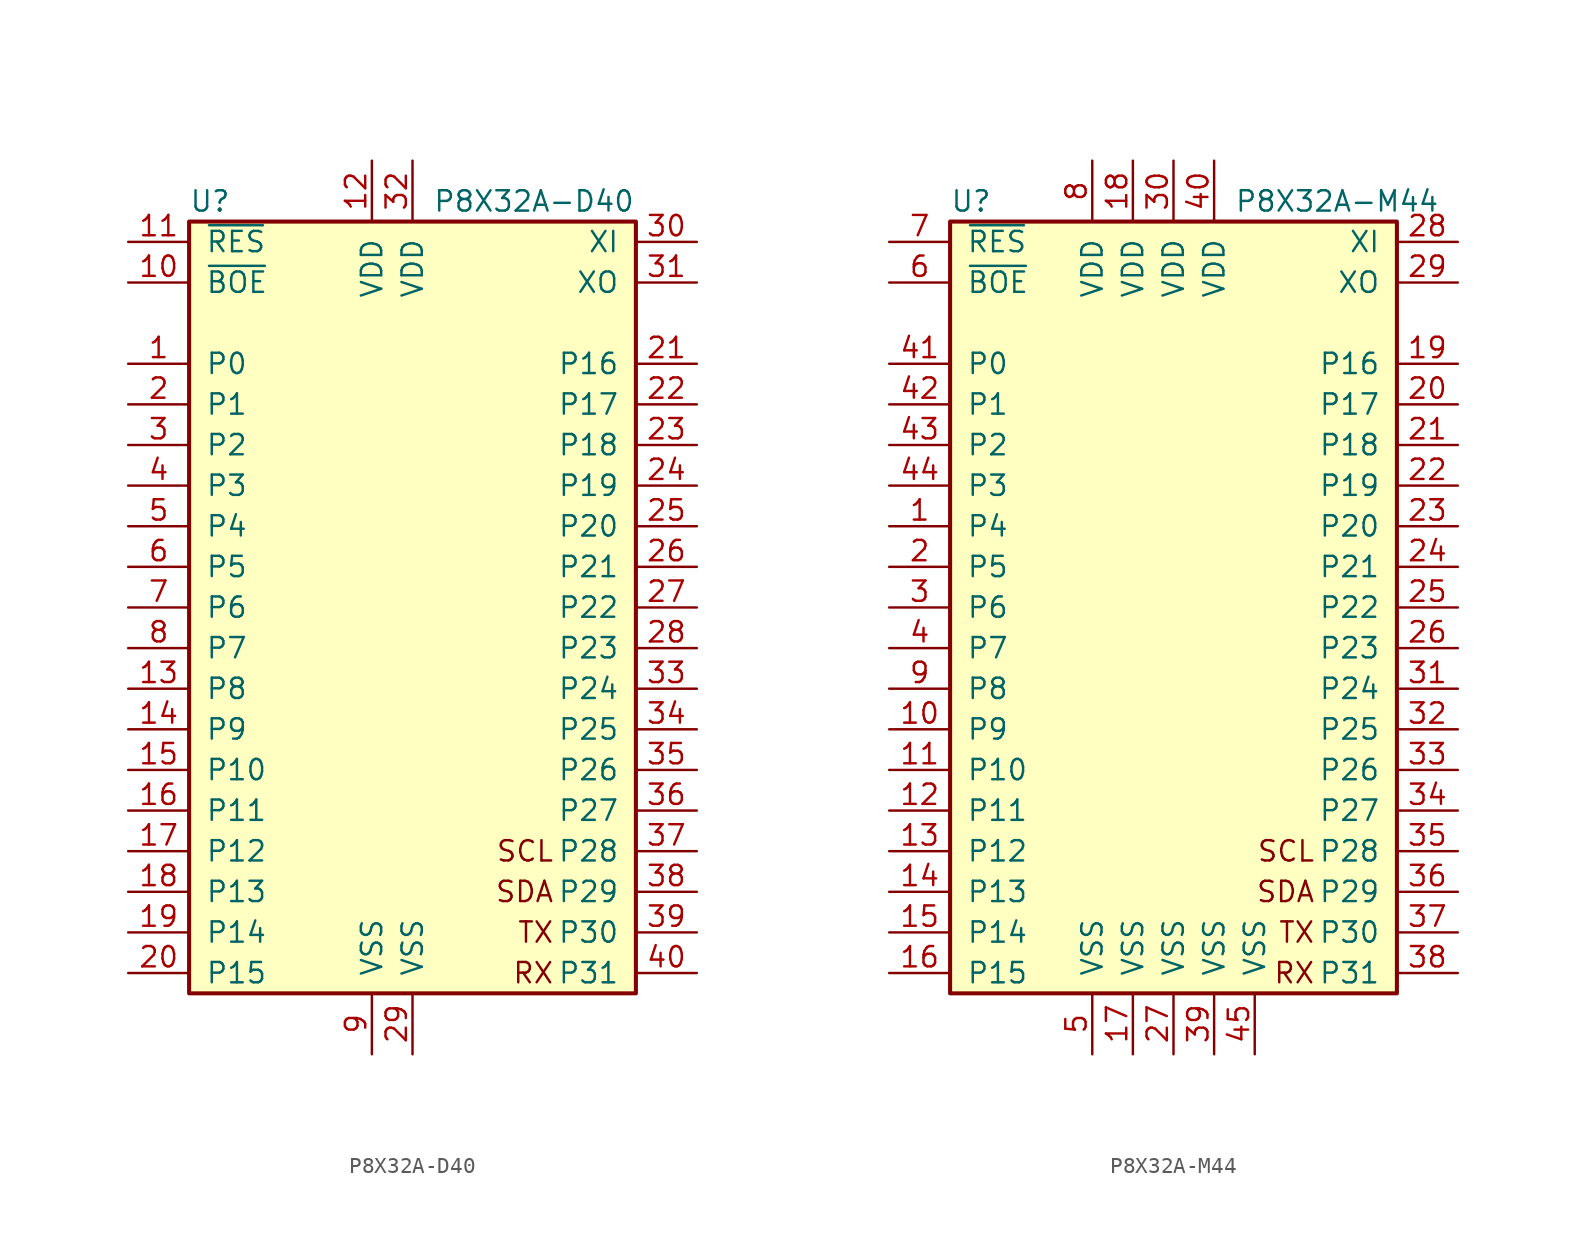
<source format=kicad_sym>
(kicad_symbol_lib
  (version 20241209)
  (generator "kicad_symbol_editor")
  (generator_version "9.0")
  (symbol "P8X32A-D40"
    (pin_names
      (offset 1.016))
    (property "Reference" "U"
      (at -13.97 25.4 0)
      (effects (font (size 1.27 1.27)) (justify left)))
    (property "Value" "P8X32A-D40"
      (at 1.27 25.4 0)
      (effects (font (size 1.27 1.27)) (justify left)))
    (symbol "P8X32A-D40_0_1"
      (rectangle (start -13.97 24.13) (end 13.97 -24.13) (stroke (width 0.254) (type default)) (fill (type background)))
      (text "SCL" (at 8.89 -15.24 0) (effects (font (size 1.27 1.27)) (justify right)))
      (text "SDA" (at 8.89 -17.78 0) (effects (font (size 1.27 1.27)) (justify right)))
      (text "TX" (at 8.89 -20.32 0) (effects (font (size 1.27 1.27)) (justify right)))
      (text "RX" (at 8.89 -22.86 0) (effects (font (size 1.27 1.27)) (justify right)))
      (pin bidirectional line (at -17.78 22.86 0) (length 3.81) (name "~{RES}" (effects (font (size 1.27 1.27)))) (number "11" (effects (font (size 1.27 1.27)))))
      (pin input line (at -17.78 20.32 0) (length 3.81) (name "~{BOE}" (effects (font (size 1.27 1.27)))) (number "10" (effects (font (size 1.27 1.27)))))
      (pin bidirectional line (at -17.78 15.24 0) (length 3.81) (name "P0" (effects (font (size 1.27 1.27)))) (number "1" (effects (font (size 1.27 1.27)))))
      (pin bidirectional line (at -17.78 12.7 0) (length 3.81) (name "P1" (effects (font (size 1.27 1.27)))) (number "2" (effects (font (size 1.27 1.27)))))
      (pin bidirectional line (at -17.78 10.16 0) (length 3.81) (name "P2" (effects (font (size 1.27 1.27)))) (number "3" (effects (font (size 1.27 1.27)))))
      (pin bidirectional line (at -17.78 7.62 0) (length 3.81) (name "P3" (effects (font (size 1.27 1.27)))) (number "4" (effects (font (size 1.27 1.27)))))
      (pin bidirectional line (at -17.78 5.08 0) (length 3.81) (name "P4" (effects (font (size 1.27 1.27)))) (number "5" (effects (font (size 1.27 1.27)))))
      (pin bidirectional line (at -17.78 2.54 0) (length 3.81) (name "P5" (effects (font (size 1.27 1.27)))) (number "6" (effects (font (size 1.27 1.27)))))
      (pin bidirectional line (at -17.78 0 0) (length 3.81) (name "P6" (effects (font (size 1.27 1.27)))) (number "7" (effects (font (size 1.27 1.27)))))
      (pin bidirectional line (at -17.78 -2.54 0) (length 3.81) (name "P7" (effects (font (size 1.27 1.27)))) (number "8" (effects (font (size 1.27 1.27)))))
      (pin bidirectional line (at -17.78 -5.08 0) (length 3.81) (name "P8" (effects (font (size 1.27 1.27)))) (number "13" (effects (font (size 1.27 1.27)))))
      (pin bidirectional line (at -17.78 -7.62 0) (length 3.81) (name "P9" (effects (font (size 1.27 1.27)))) (number "14" (effects (font (size 1.27 1.27)))))
      (pin bidirectional line (at -17.78 -10.16 0) (length 3.81) (name "P10" (effects (font (size 1.27 1.27)))) (number "15" (effects (font (size 1.27 1.27)))))
      (pin bidirectional line (at -17.78 -12.7 0) (length 3.81) (name "P11" (effects (font (size 1.27 1.27)))) (number "16" (effects (font (size 1.27 1.27)))))
      (pin bidirectional line (at -17.78 -15.24 0) (length 3.81) (name "P12" (effects (font (size 1.27 1.27)))) (number "17" (effects (font (size 1.27 1.27)))))
      (pin bidirectional line (at -17.78 -17.78 0) (length 3.81) (name "P13" (effects (font (size 1.27 1.27)))) (number "18" (effects (font (size 1.27 1.27)))))
      (pin bidirectional line (at -17.78 -20.32 0) (length 3.81) (name "P14" (effects (font (size 1.27 1.27)))) (number "19" (effects (font (size 1.27 1.27)))))
      (pin bidirectional line (at -17.78 -22.86 0) (length 3.81) (name "P15" (effects (font (size 1.27 1.27)))) (number "20" (effects (font (size 1.27 1.27)))))
      (pin power_in line (at -2.54 27.94 270) (length 3.81) (name "VDD" (effects (font (size 1.27 1.27)))) (number "12" (effects (font (size 1.27 1.27)))))
      (pin power_in line (at -2.54 -27.94 90) (length 3.81) (name "VSS" (effects (font (size 1.27 1.27)))) (number "9" (effects (font (size 1.27 1.27)))))
      (pin power_in line (at 0 27.94 270) (length 3.81) (name "VDD" (effects (font (size 1.27 1.27)))) (number "32" (effects (font (size 1.27 1.27)))))
      (pin power_in line (at 0 -27.94 90) (length 3.81) (name "VSS" (effects (font (size 1.27 1.27)))) (number "29" (effects (font (size 1.27 1.27)))))
      (pin input line (at 17.78 22.86 180) (length 3.81) (name "XI" (effects (font (size 1.27 1.27)))) (number "30" (effects (font (size 1.27 1.27)))))
      (pin output line (at 17.78 20.32 180) (length 3.81) (name "XO" (effects (font (size 1.27 1.27)))) (number "31" (effects (font (size 1.27 1.27)))))
      (pin bidirectional line (at 17.78 15.24 180) (length 3.81) (name "P16" (effects (font (size 1.27 1.27)))) (number "21" (effects (font (size 1.27 1.27)))))
      (pin bidirectional line (at 17.78 12.7 180) (length 3.81) (name "P17" (effects (font (size 1.27 1.27)))) (number "22" (effects (font (size 1.27 1.27)))))
      (pin bidirectional line (at 17.78 10.16 180) (length 3.81) (name "P18" (effects (font (size 1.27 1.27)))) (number "23" (effects (font (size 1.27 1.27)))))
      (pin bidirectional line (at 17.78 7.62 180) (length 3.81) (name "P19" (effects (font (size 1.27 1.27)))) (number "24" (effects (font (size 1.27 1.27)))))
      (pin bidirectional line (at 17.78 5.08 180) (length 3.81) (name "P20" (effects (font (size 1.27 1.27)))) (number "25" (effects (font (size 1.27 1.27)))))
      (pin bidirectional line (at 17.78 2.54 180) (length 3.81) (name "P21" (effects (font (size 1.27 1.27)))) (number "26" (effects (font (size 1.27 1.27)))))
      (pin bidirectional line (at 17.78 0 180) (length 3.81) (name "P22" (effects (font (size 1.27 1.27)))) (number "27" (effects (font (size 1.27 1.27)))))
      (pin bidirectional line (at 17.78 -2.54 180) (length 3.81) (name "P23" (effects (font (size 1.27 1.27)))) (number "28" (effects (font (size 1.27 1.27)))))
      (pin bidirectional line (at 17.78 -5.08 180) (length 3.81) (name "P24" (effects (font (size 1.27 1.27)))) (number "33" (effects (font (size 1.27 1.27)))))
      (pin bidirectional line (at 17.78 -7.62 180) (length 3.81) (name "P25" (effects (font (size 1.27 1.27)))) (number "34" (effects (font (size 1.27 1.27)))))
      (pin bidirectional line (at 17.78 -10.16 180) (length 3.81) (name "P26" (effects (font (size 1.27 1.27)))) (number "35" (effects (font (size 1.27 1.27)))))
      (pin bidirectional line (at 17.78 -12.7 180) (length 3.81) (name "P27" (effects (font (size 1.27 1.27)))) (number "36" (effects (font (size 1.27 1.27)))))
      (pin bidirectional line (at 17.78 -15.24 180) (length 3.81) (name "P28" (effects (font (size 1.27 1.27)))) (number "37" (effects (font (size 1.27 1.27)))))
      (pin bidirectional line (at 17.78 -17.78 180) (length 3.81) (name "P29" (effects (font (size 1.27 1.27)))) (number "38" (effects (font (size 1.27 1.27)))))
      (pin bidirectional line (at 17.78 -20.32 180) (length 3.81) (name "P30" (effects (font (size 1.27 1.27)))) (number "39" (effects (font (size 1.27 1.27)))))
      (pin bidirectional line (at 17.78 -22.86 180) (length 3.81) (name "P31" (effects (font (size 1.27 1.27)))) (number "40" (effects (font (size 1.27 1.27)))))))
  (symbol "P8X32A-M44"
    (pin_names
      (offset 1.016))
    (property "Reference" "U"
      (at -13.97 25.4 0)
      (effects (font (size 1.27 1.27)) (justify left)))
    (property "Value" "P8X32A-M44"
      (at 3.81 25.4 0)
      (effects (font (size 1.27 1.27)) (justify left)))
    (symbol "P8X32A-M44_0_1"
      (rectangle (start -13.97 24.13) (end 13.97 -24.13) (stroke (width 0.254) (type default)) (fill (type background)))
      (text "SCL" (at 8.89 -15.24 0) (effects (font (size 1.27 1.27)) (justify right)))
      (text "SDA" (at 8.89 -17.78 0) (effects (font (size 1.27 1.27)) (justify right)))
      (text "TX" (at 8.89 -20.32 0) (effects (font (size 1.27 1.27)) (justify right)))
      (text "RX" (at 8.89 -22.86 0) (effects (font (size 1.27 1.27)) (justify right)))
      (pin bidirectional line (at -17.78 22.86 0) (length 3.81) (name "~{RES}" (effects (font (size 1.27 1.27)))) (number "7" (effects (font (size 1.27 1.27)))))
      (pin input line (at -17.78 20.32 0) (length 3.81) (name "~{BOE}" (effects (font (size 1.27 1.27)))) (number "6" (effects (font (size 1.27 1.27)))))
      (pin bidirectional line (at -17.78 15.24 0) (length 3.81) (name "P0" (effects (font (size 1.27 1.27)))) (number "41" (effects (font (size 1.27 1.27)))))
      (pin bidirectional line (at -17.78 12.7 0) (length 3.81) (name "P1" (effects (font (size 1.27 1.27)))) (number "42" (effects (font (size 1.27 1.27)))))
      (pin bidirectional line (at -17.78 10.16 0) (length 3.81) (name "P2" (effects (font (size 1.27 1.27)))) (number "43" (effects (font (size 1.27 1.27)))))
      (pin bidirectional line (at -17.78 7.62 0) (length 3.81) (name "P3" (effects (font (size 1.27 1.27)))) (number "44" (effects (font (size 1.27 1.27)))))
      (pin bidirectional line (at -17.78 5.08 0) (length 3.81) (name "P4" (effects (font (size 1.27 1.27)))) (number "1" (effects (font (size 1.27 1.27)))))
      (pin bidirectional line (at -17.78 2.54 0) (length 3.81) (name "P5" (effects (font (size 1.27 1.27)))) (number "2" (effects (font (size 1.27 1.27)))))
      (pin bidirectional line (at -17.78 0 0) (length 3.81) (name "P6" (effects (font (size 1.27 1.27)))) (number "3" (effects (font (size 1.27 1.27)))))
      (pin bidirectional line (at -17.78 -2.54 0) (length 3.81) (name "P7" (effects (font (size 1.27 1.27)))) (number "4" (effects (font (size 1.27 1.27)))))
      (pin bidirectional line (at -17.78 -5.08 0) (length 3.81) (name "P8" (effects (font (size 1.27 1.27)))) (number "9" (effects (font (size 1.27 1.27)))))
      (pin bidirectional line (at -17.78 -7.62 0) (length 3.81) (name "P9" (effects (font (size 1.27 1.27)))) (number "10" (effects (font (size 1.27 1.27)))))
      (pin bidirectional line (at -17.78 -10.16 0) (length 3.81) (name "P10" (effects (font (size 1.27 1.27)))) (number "11" (effects (font (size 1.27 1.27)))))
      (pin bidirectional line (at -17.78 -12.7 0) (length 3.81) (name "P11" (effects (font (size 1.27 1.27)))) (number "12" (effects (font (size 1.27 1.27)))))
      (pin bidirectional line (at -17.78 -15.24 0) (length 3.81) (name "P12" (effects (font (size 1.27 1.27)))) (number "13" (effects (font (size 1.27 1.27)))))
      (pin bidirectional line (at -17.78 -17.78 0) (length 3.81) (name "P13" (effects (font (size 1.27 1.27)))) (number "14" (effects (font (size 1.27 1.27)))))
      (pin bidirectional line (at -17.78 -20.32 0) (length 3.81) (name "P14" (effects (font (size 1.27 1.27)))) (number "15" (effects (font (size 1.27 1.27)))))
      (pin bidirectional line (at -17.78 -22.86 0) (length 3.81) (name "P15" (effects (font (size 1.27 1.27)))) (number "16" (effects (font (size 1.27 1.27)))))
      (pin power_in line (at -5.08 27.94 270) (length 3.81) (name "VDD" (effects (font (size 1.27 1.27)))) (number "8" (effects (font (size 1.27 1.27)))))
      (pin power_in line (at -5.08 -27.94 90) (length 3.81) (name "VSS" (effects (font (size 1.27 1.27)))) (number "5" (effects (font (size 1.27 1.27)))))
      (pin power_in line (at -2.54 27.94 270) (length 3.81) (name "VDD" (effects (font (size 1.27 1.27)))) (number "18" (effects (font (size 1.27 1.27)))))
      (pin power_in line (at -2.54 -27.94 90) (length 3.81) (name "VSS" (effects (font (size 1.27 1.27)))) (number "17" (effects (font (size 1.27 1.27)))))
      (pin power_in line (at 0 27.94 270) (length 3.81) (name "VDD" (effects (font (size 1.27 1.27)))) (number "30" (effects (font (size 1.27 1.27)))))
      (pin power_in line (at 0 -27.94 90) (length 3.81) (name "VSS" (effects (font (size 1.27 1.27)))) (number "27" (effects (font (size 1.27 1.27)))))
      (pin power_in line (at 2.54 27.94 270) (length 3.81) (name "VDD" (effects (font (size 1.27 1.27)))) (number "40" (effects (font (size 1.27 1.27)))))
      (pin power_in line (at 2.54 -27.94 90) (length 3.81) (name "VSS" (effects (font (size 1.27 1.27)))) (number "39" (effects (font (size 1.27 1.27)))))
      (pin power_in line (at 5.08 -27.94 90) (length 3.81) (name "VSS" (effects (font (size 1.27 1.27)))) (number "45" (effects (font (size 1.27 1.27)))))
      (pin input line (at 17.78 22.86 180) (length 3.81) (name "XI" (effects (font (size 1.27 1.27)))) (number "28" (effects (font (size 1.27 1.27)))))
      (pin output line (at 17.78 20.32 180) (length 3.81) (name "XO" (effects (font (size 1.27 1.27)))) (number "29" (effects (font (size 1.27 1.27)))))
      (pin bidirectional line (at 17.78 15.24 180) (length 3.81) (name "P16" (effects (font (size 1.27 1.27)))) (number "19" (effects (font (size 1.27 1.27)))))
      (pin bidirectional line (at 17.78 12.7 180) (length 3.81) (name "P17" (effects (font (size 1.27 1.27)))) (number "20" (effects (font (size 1.27 1.27)))))
      (pin bidirectional line (at 17.78 10.16 180) (length 3.81) (name "P18" (effects (font (size 1.27 1.27)))) (number "21" (effects (font (size 1.27 1.27)))))
      (pin bidirectional line (at 17.78 7.62 180) (length 3.81) (name "P19" (effects (font (size 1.27 1.27)))) (number "22" (effects (font (size 1.27 1.27)))))
      (pin bidirectional line (at 17.78 5.08 180) (length 3.81) (name "P20" (effects (font (size 1.27 1.27)))) (number "23" (effects (font (size 1.27 1.27)))))
      (pin bidirectional line (at 17.78 2.54 180) (length 3.81) (name "P21" (effects (font (size 1.27 1.27)))) (number "24" (effects (font (size 1.27 1.27)))))
      (pin bidirectional line (at 17.78 0 180) (length 3.81) (name "P22" (effects (font (size 1.27 1.27)))) (number "25" (effects (font (size 1.27 1.27)))))
      (pin bidirectional line (at 17.78 -2.54 180) (length 3.81) (name "P23" (effects (font (size 1.27 1.27)))) (number "26" (effects (font (size 1.27 1.27)))))
      (pin bidirectional line (at 17.78 -5.08 180) (length 3.81) (name "P24" (effects (font (size 1.27 1.27)))) (number "31" (effects (font (size 1.27 1.27)))))
      (pin bidirectional line (at 17.78 -7.62 180) (length 3.81) (name "P25" (effects (font (size 1.27 1.27)))) (number "32" (effects (font (size 1.27 1.27)))))
      (pin bidirectional line (at 17.78 -10.16 180) (length 3.81) (name "P26" (effects (font (size 1.27 1.27)))) (number "33" (effects (font (size 1.27 1.27)))))
      (pin bidirectional line (at 17.78 -12.7 180) (length 3.81) (name "P27" (effects (font (size 1.27 1.27)))) (number "34" (effects (font (size 1.27 1.27)))))
      (pin bidirectional line (at 17.78 -15.24 180) (length 3.81) (name "P28" (effects (font (size 1.27 1.27)))) (number "35" (effects (font (size 1.27 1.27)))))
      (pin bidirectional line (at 17.78 -17.78 180) (length 3.81) (name "P29" (effects (font (size 1.27 1.27)))) (number "36" (effects (font (size 1.27 1.27)))))
      (pin bidirectional line (at 17.78 -20.32 180) (length 3.81) (name "P30" (effects (font (size 1.27 1.27)))) (number "37" (effects (font (size 1.27 1.27)))))
      (pin bidirectional line (at 17.78 -22.86 180) (length 3.81) (name "P31" (effects (font (size 1.27 1.27)))) (number "38" (effects (font (size 1.27 1.27))))))))
</source>
